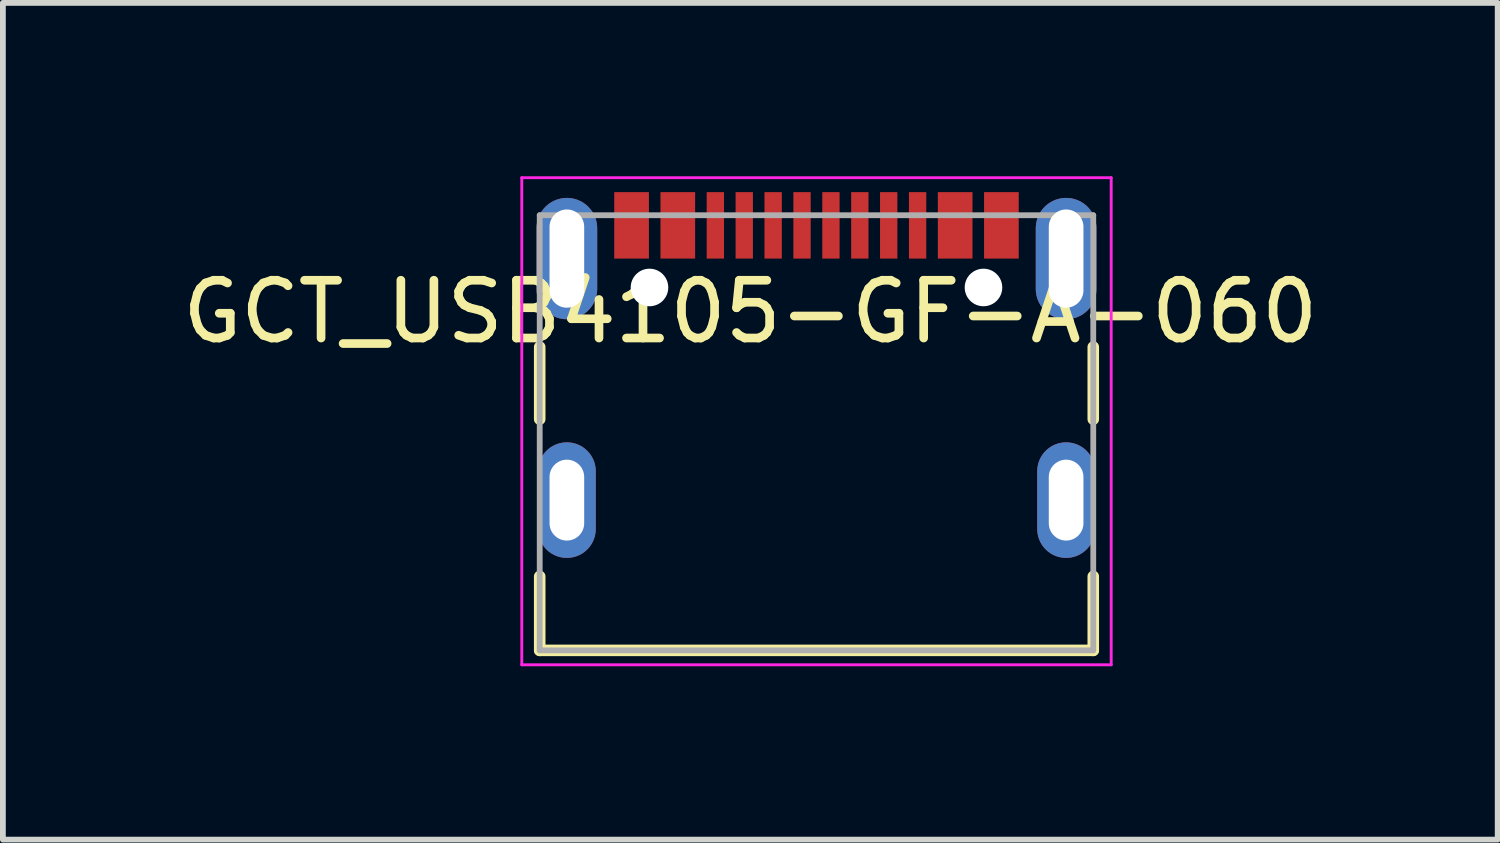
<source format=kicad_pcb>
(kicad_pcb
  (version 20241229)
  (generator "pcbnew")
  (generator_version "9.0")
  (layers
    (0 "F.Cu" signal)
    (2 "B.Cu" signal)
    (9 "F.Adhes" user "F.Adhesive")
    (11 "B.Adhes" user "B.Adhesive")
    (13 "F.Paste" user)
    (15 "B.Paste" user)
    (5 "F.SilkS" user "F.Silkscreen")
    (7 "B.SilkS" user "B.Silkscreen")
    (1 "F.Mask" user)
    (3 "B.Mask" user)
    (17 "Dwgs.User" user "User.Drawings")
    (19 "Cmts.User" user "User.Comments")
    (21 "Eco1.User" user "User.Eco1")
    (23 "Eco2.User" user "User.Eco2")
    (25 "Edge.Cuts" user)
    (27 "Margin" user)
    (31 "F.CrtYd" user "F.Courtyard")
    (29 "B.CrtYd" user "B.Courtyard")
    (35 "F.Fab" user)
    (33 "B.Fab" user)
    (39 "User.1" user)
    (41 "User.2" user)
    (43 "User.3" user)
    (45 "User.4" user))
  (footprint "GCT_USB4105-GF-A-060"
    (layer "F.Cu")
    (at 11.08 5.605)
    (property "Reference" "GCT_USB4105-GF-A-060" (at -1.145 -3.26 180) (layer "F.SilkS") (effects (font (size 1 1) (thickness 0.15))))
    (attr smd)
    (fp_line (start -4.79 -2.65) (end -4.79 -1.4) (stroke (width 0.2) (type solid)) (layer "F.SilkS"))
    (fp_line (start -4.79 1.32) (end -4.79 2.6) (stroke (width 0.2) (type solid)) (layer "F.SilkS"))
    (fp_line (start -4.79 2.6) (end 4.79 2.6) (stroke (width 0.2) (type solid)) (layer "F.SilkS"))
    (fp_line (start 4.79 -2.65) (end 4.79 -1.4) (stroke (width 0.2) (type solid)) (layer "F.SilkS"))
    (fp_line (start 4.79 2.6) (end 4.79 1.32) (stroke (width 0.2) (type solid)) (layer "F.SilkS"))
    (fp_line (start -5.1 -5.58) (end -5.1 2.85) (stroke (width 0.05) (type solid)) (layer "F.CrtYd"))
    (fp_line (start -5.1 2.85) (end 5.1 2.85) (stroke (width 0.05) (type solid)) (layer "F.CrtYd"))
    (fp_line (start 5.1 -5.58) (end -5.1 -5.58) (stroke (width 0.05) (type solid)) (layer "F.CrtYd"))
    (fp_line (start 5.1 2.85) (end 5.1 -5.58) (stroke (width 0.05) (type solid)) (layer "F.CrtYd"))
    (fp_line (start -4.79 -4.93) (end 4.79 -4.93) (stroke (width 0.1) (type solid)) (layer "F.Fab"))
    (fp_line (start -4.79 2.6) (end -4.79 -4.93) (stroke (width 0.1) (type solid)) (layer "F.Fab"))
    (fp_line (start 4.79 -4.93) (end 4.79 2.6) (stroke (width 0.1) (type solid)) (layer "F.Fab"))
    (fp_line (start 4.79 2.6) (end -4.79 2.6) (stroke (width 0.1) (type solid)) (layer "F.Fab"))
    (pad "" np_thru_hole circle (at -2.89 -3.68) (size 0.65 0.65) (drill 0.65) (layers "*.Cu" "*.Mask"))
    (pad "" np_thru_hole circle (at 2.89 -3.68) (size 0.65 0.65) (drill 0.65) (layers "*.Cu" "*.Mask"))
    (pad "A1_B12" smd rect (at -3.2 -4.755) (size 0.6 1.15) (layers "F.Cu" "F.Mask" "F.Paste"))
    (pad "A4_B9" smd rect (at -2.4 -4.755) (size 0.6 1.15) (layers "F.Cu" "F.Mask" "F.Paste"))
    (pad "A5" smd rect (at -1.25 -4.755) (size 0.3 1.15) (layers "F.Cu" "F.Mask" "F.Paste"))
    (pad "A6" smd rect (at -0.25 -4.755) (size 0.3 1.15) (layers "F.Cu" "F.Mask" "F.Paste"))
    (pad "A7" smd rect (at 0.25 -4.755) (size 0.3 1.15) (layers "F.Cu" "F.Mask" "F.Paste"))
    (pad "A8" smd rect (at 1.25 -4.755) (size 0.3 1.15) (layers "F.Cu" "F.Mask" "F.Paste"))
    (pad "B1_A12" smd rect (at 3.2 -4.755) (size 0.6 1.15) (layers "F.Cu" "F.Mask" "F.Paste"))
    (pad "B4_A9" smd rect (at 2.4 -4.755) (size 0.6 1.15) (layers "F.Cu" "F.Mask" "F.Paste"))
    (pad "B5" smd rect (at 1.75 -4.755) (size 0.3 1.15) (layers "F.Cu" "F.Mask" "F.Paste"))
    (pad "B6" smd rect (at 0.75 -4.755) (size 0.3 1.15) (layers "F.Cu" "F.Mask" "F.Paste"))
    (pad "B7" smd rect (at -0.75 -4.755) (size 0.3 1.15) (layers "F.Cu" "F.Mask" "F.Paste"))
    (pad "B8" smd rect (at -1.75 -4.755) (size 0.3 1.15) (layers "F.Cu" "F.Mask" "F.Paste"))
    (pad "S1" thru_hole oval (at -4.32 -4.18) (size 1.05 2.1) (drill oval 0.6 1.7) (layers "*.Cu" "F.Mask"))
    (pad "S2" thru_hole oval (at -4.32 0) (size 1 2) (drill oval 0.6 1.4) (layers "*.Cu" "*.Mask"))
    (pad "S3" thru_hole oval (at 4.32 0) (size 1 2) (drill oval 0.6 1.4) (layers "*.Cu" "*.Mask"))
    (pad "S4" thru_hole oval (at 4.32 -4.18) (size 1.05 2.1) (drill oval 0.6 1.7) (layers "*.Cu" "F.Mask")))
  (gr_rect
    (start -3 -3)
    (end 22.869 11.48)
    (stroke (width 0.1) (type default))
    (fill no)
    (layer "Edge.Cuts")))
</source>
